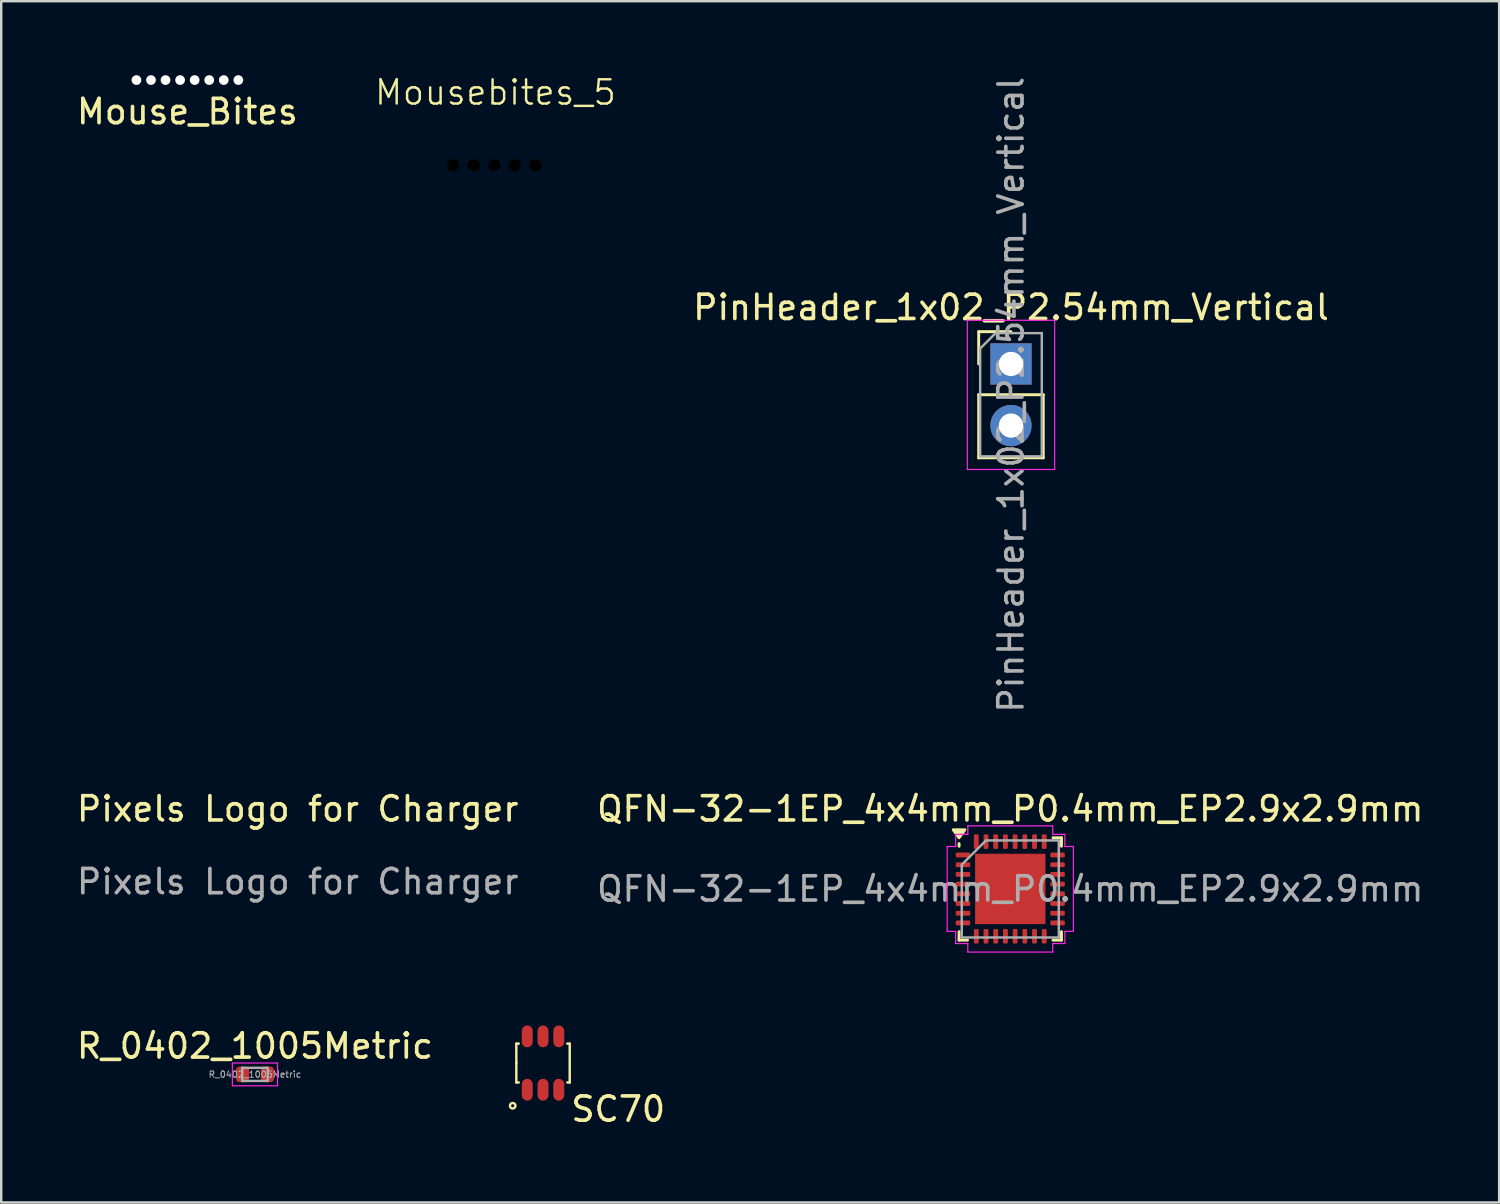
<source format=kicad_pcb>
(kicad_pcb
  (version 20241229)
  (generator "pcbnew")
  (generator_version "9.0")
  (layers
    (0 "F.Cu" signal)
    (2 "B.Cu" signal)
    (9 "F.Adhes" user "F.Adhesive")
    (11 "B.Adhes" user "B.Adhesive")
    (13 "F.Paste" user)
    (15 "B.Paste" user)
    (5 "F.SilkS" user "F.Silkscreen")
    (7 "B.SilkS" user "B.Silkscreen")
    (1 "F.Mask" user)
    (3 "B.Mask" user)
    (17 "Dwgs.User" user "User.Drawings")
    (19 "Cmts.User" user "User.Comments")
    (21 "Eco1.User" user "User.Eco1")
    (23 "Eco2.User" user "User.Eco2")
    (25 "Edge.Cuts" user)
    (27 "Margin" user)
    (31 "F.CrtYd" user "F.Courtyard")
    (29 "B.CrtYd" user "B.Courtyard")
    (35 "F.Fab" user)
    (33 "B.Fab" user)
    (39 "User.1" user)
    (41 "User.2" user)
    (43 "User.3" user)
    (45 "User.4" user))
  (footprint "QFN-32-1EP_4x4mm_P0.4mm_EP2.9x2.9mm"
    (layer "F.Cu")
    (at 38.589 33.589)
    (property "Reference" "QFN-32-1EP_4x4mm_P0.4mm_EP2.9x2.9mm" (at 0 -3.3 0) (layer "F.SilkS") (effects (font (size 1 1) (thickness 0.15))))
    (attr smd)
    (fp_line (start -2.11 -1.76) (end -2.11 -1.87) (stroke (width 0.12) (type solid)) (layer "F.SilkS"))
    (fp_line (start -2.11 2.11) (end -2.11 1.76) (stroke (width 0.12) (type solid)) (layer "F.SilkS"))
    (fp_line (start -1.76 2.11) (end -2.11 2.11) (stroke (width 0.12) (type solid)) (layer "F.SilkS"))
    (fp_line (start 1.76 -2.11) (end 2.11 -2.11) (stroke (width 0.12) (type solid)) (layer "F.SilkS"))
    (fp_line (start 1.76 2.11) (end 2.11 2.11) (stroke (width 0.12) (type solid)) (layer "F.SilkS"))
    (fp_line (start 2.11 -2.11) (end 2.11 -1.76) (stroke (width 0.12) (type solid)) (layer "F.SilkS"))
    (fp_line (start 2.11 2.11) (end 2.11 1.76) (stroke (width 0.12) (type solid)) (layer "F.SilkS"))
    (fp_poly (pts (xy -2.11 -2.11) (xy -2.35 -2.44) (xy -1.87 -2.44)) (stroke (width 0.12) (type solid)) (fill yes) (layer "F.SilkS"))
    (fp_line (start -2.6 -1.75) (end -2.25 -1.75) (stroke (width 0.05) (type solid)) (layer "F.CrtYd"))
    (fp_line (start -2.6 1.75) (end -2.6 -1.75) (stroke (width 0.05) (type solid)) (layer "F.CrtYd"))
    (fp_line (start -2.25 -2.25) (end -1.75 -2.25) (stroke (width 0.05) (type solid)) (layer "F.CrtYd"))
    (fp_line (start -2.25 -1.75) (end -2.25 -2.25) (stroke (width 0.05) (type solid)) (layer "F.CrtYd"))
    (fp_line (start -2.25 1.75) (end -2.6 1.75) (stroke (width 0.05) (type solid)) (layer "F.CrtYd"))
    (fp_line (start -2.25 2.25) (end -2.25 1.75) (stroke (width 0.05) (type solid)) (layer "F.CrtYd"))
    (fp_line (start -1.75 -2.6) (end 1.75 -2.6) (stroke (width 0.05) (type solid)) (layer "F.CrtYd"))
    (fp_line (start -1.75 -2.25) (end -1.75 -2.6) (stroke (width 0.05) (type solid)) (layer "F.CrtYd"))
    (fp_line (start -1.75 2.25) (end -2.25 2.25) (stroke (width 0.05) (type solid)) (layer "F.CrtYd"))
    (fp_line (start -1.75 2.6) (end -1.75 2.25) (stroke (width 0.05) (type solid)) (layer "F.CrtYd"))
    (fp_line (start 1.75 -2.6) (end 1.75 -2.25) (stroke (width 0.05) (type solid)) (layer "F.CrtYd"))
    (fp_line (start 1.75 -2.25) (end 2.25 -2.25) (stroke (width 0.05) (type solid)) (layer "F.CrtYd"))
    (fp_line (start 1.75 2.25) (end 1.75 2.6) (stroke (width 0.05) (type solid)) (layer "F.CrtYd"))
    (fp_line (start 1.75 2.6) (end -1.75 2.6) (stroke (width 0.05) (type solid)) (layer "F.CrtYd"))
    (fp_line (start 2.25 -2.25) (end 2.25 -1.75) (stroke (width 0.05) (type solid)) (layer "F.CrtYd"))
    (fp_line (start 2.25 -1.75) (end 2.6 -1.75) (stroke (width 0.05) (type solid)) (layer "F.CrtYd"))
    (fp_line (start 2.25 1.75) (end 2.25 2.25) (stroke (width 0.05) (type solid)) (layer "F.CrtYd"))
    (fp_line (start 2.25 2.25) (end 1.75 2.25) (stroke (width 0.05) (type solid)) (layer "F.CrtYd"))
    (fp_line (start 2.6 -1.75) (end 2.6 1.75) (stroke (width 0.05) (type solid)) (layer "F.CrtYd"))
    (fp_line (start 2.6 1.75) (end 2.25 1.75) (stroke (width 0.05) (type solid)) (layer "F.CrtYd"))
    (fp_poly (pts (xy -2 -1) (xy -2 2) (xy 2 2) (xy 2 -2) (xy -1 -2)) (stroke (width 0.1) (type solid)) (fill no) (layer "F.Fab"))
    (fp_text user "${REFERENCE}" (at 0 0 0) (layer "F.Fab") (effects (font (size 1 1) (thickness 0.15))))
    (pad "" smd roundrect (at -0.725 -0.725) (size 1.17 1.17) (layers "F.Paste") (roundrect_rratio 0.214))
    (pad "" smd roundrect (at -0.725 0.725) (size 1.17 1.17) (layers "F.Paste") (roundrect_rratio 0.214))
    (pad "" smd roundrect (at 0.725 -0.725) (size 1.17 1.17) (layers "F.Paste") (roundrect_rratio 0.214))
    (pad "" smd roundrect (at 0.725 0.725) (size 1.17 1.17) (layers "F.Paste") (roundrect_rratio 0.214))
    (pad "1" smd roundrect (at -1.95 -1.4) (size 0.6 0.2) (layers "F.Cu" "F.Mask" "F.Paste") (roundrect_rratio 0.25))
    (pad "2" smd roundrect (at -1.95 -1) (size 0.6 0.2) (layers "F.Cu" "F.Mask" "F.Paste") (roundrect_rratio 0.25))
    (pad "3" smd roundrect (at -1.95 -0.6) (size 0.6 0.2) (layers "F.Cu" "F.Mask" "F.Paste") (roundrect_rratio 0.25))
    (pad "4" smd roundrect (at -1.95 -0.2) (size 0.6 0.2) (layers "F.Cu" "F.Mask" "F.Paste") (roundrect_rratio 0.25))
    (pad "5" smd roundrect (at -1.95 0.2) (size 0.6 0.2) (layers "F.Cu" "F.Mask" "F.Paste") (roundrect_rratio 0.25))
    (pad "6" smd roundrect (at -1.95 0.6) (size 0.6 0.2) (layers "F.Cu" "F.Mask" "F.Paste") (roundrect_rratio 0.25))
    (pad "7" smd roundrect (at -1.95 1) (size 0.6 0.2) (layers "F.Cu" "F.Mask" "F.Paste") (roundrect_rratio 0.25))
    (pad "8" smd roundrect (at -1.95 1.4) (size 0.6 0.2) (layers "F.Cu" "F.Mask" "F.Paste") (roundrect_rratio 0.25))
    (pad "9" smd roundrect (at -1.4 1.95) (size 0.2 0.6) (layers "F.Cu" "F.Mask" "F.Paste") (roundrect_rratio 0.25))
    (pad "10" smd roundrect (at -1 1.95) (size 0.2 0.6) (layers "F.Cu" "F.Mask" "F.Paste") (roundrect_rratio 0.25))
    (pad "11" smd roundrect (at -0.6 1.95) (size 0.2 0.6) (layers "F.Cu" "F.Mask" "F.Paste") (roundrect_rratio 0.25))
    (pad "12" smd roundrect (at -0.2 1.95) (size 0.2 0.6) (layers "F.Cu" "F.Mask" "F.Paste") (roundrect_rratio 0.25))
    (pad "13" smd roundrect (at 0.2 1.95) (size 0.2 0.6) (layers "F.Cu" "F.Mask" "F.Paste") (roundrect_rratio 0.25))
    (pad "14" smd roundrect (at 0.6 1.95) (size 0.2 0.6) (layers "F.Cu" "F.Mask" "F.Paste") (roundrect_rratio 0.25))
    (pad "15" smd roundrect (at 1 1.95) (size 0.2 0.6) (layers "F.Cu" "F.Mask" "F.Paste") (roundrect_rratio 0.25))
    (pad "16" smd roundrect (at 1.4 1.95) (size 0.2 0.6) (layers "F.Cu" "F.Mask" "F.Paste") (roundrect_rratio 0.25))
    (pad "17" smd roundrect (at 1.95 1.4) (size 0.6 0.2) (layers "F.Cu" "F.Mask" "F.Paste") (roundrect_rratio 0.25))
    (pad "18" smd roundrect (at 1.95 1) (size 0.6 0.2) (layers "F.Cu" "F.Mask" "F.Paste") (roundrect_rratio 0.25))
    (pad "19" smd roundrect (at 1.95 0.6) (size 0.6 0.2) (layers "F.Cu" "F.Mask" "F.Paste") (roundrect_rratio 0.25))
    (pad "20" smd roundrect (at 1.95 0.2) (size 0.6 0.2) (layers "F.Cu" "F.Mask" "F.Paste") (roundrect_rratio 0.25))
    (pad "21" smd roundrect (at 1.95 -0.2) (size 0.6 0.2) (layers "F.Cu" "F.Mask" "F.Paste") (roundrect_rratio 0.25))
    (pad "22" smd roundrect (at 1.95 -0.6) (size 0.6 0.2) (layers "F.Cu" "F.Mask" "F.Paste") (roundrect_rratio 0.25))
    (pad "23" smd roundrect (at 1.95 -1) (size 0.6 0.2) (layers "F.Cu" "F.Mask" "F.Paste") (roundrect_rratio 0.25))
    (pad "24" smd roundrect (at 1.95 -1.4) (size 0.6 0.2) (layers "F.Cu" "F.Mask" "F.Paste") (roundrect_rratio 0.25))
    (pad "25" smd roundrect (at 1.4 -1.95) (size 0.2 0.6) (layers "F.Cu" "F.Mask" "F.Paste") (roundrect_rratio 0.25))
    (pad "26" smd roundrect (at 1 -1.95) (size 0.2 0.6) (layers "F.Cu" "F.Mask" "F.Paste") (roundrect_rratio 0.25))
    (pad "27" smd roundrect (at 0.6 -1.95) (size 0.2 0.6) (layers "F.Cu" "F.Mask" "F.Paste") (roundrect_rratio 0.25))
    (pad "28" smd roundrect (at 0.2 -1.95) (size 0.2 0.6) (layers "F.Cu" "F.Mask" "F.Paste") (roundrect_rratio 0.25))
    (pad "29" smd roundrect (at -0.2 -1.95) (size 0.2 0.6) (layers "F.Cu" "F.Mask" "F.Paste") (roundrect_rratio 0.25))
    (pad "30" smd roundrect (at -0.6 -1.95) (size 0.2 0.6) (layers "F.Cu" "F.Mask" "F.Paste") (roundrect_rratio 0.25))
    (pad "31" smd roundrect (at -1 -1.95) (size 0.2 0.6) (layers "F.Cu" "F.Mask" "F.Paste") (roundrect_rratio 0.25))
    (pad "32" smd roundrect (at -1.4 -1.95) (size 0.2 0.6) (layers "F.Cu" "F.Mask" "F.Paste") (roundrect_rratio 0.25))
    (pad "33" smd rect (at 0 0) (size 2.9 2.9) (property pad_prop_heatsink) (layers "F.Cu" "F.Mask")))
  (footprint "Mouse_Bites"
    (layer "F.Cu")
    (at 4.673 0.25)
    (property "Reference" "Mouse_Bites" (at 0 1.3 0) (layer "F.SilkS") (effects (font (size 1 1) (thickness 0.15))))
    (attr through_hole)
    (pad "" np_thru_hole circle (at -2.1 0) (size 0.4 0.4) (drill 0.4) (layers "*.Cu" "*.Mask"))
    (pad "" np_thru_hole circle (at -1.5 0) (size 0.4 0.4) (drill 0.4) (layers "*.Cu" "*.Mask"))
    (pad "" np_thru_hole circle (at -0.9 0) (size 0.4 0.4) (drill 0.4) (layers "*.Cu" "*.Mask"))
    (pad "" np_thru_hole circle (at -0.3 0) (size 0.4 0.4) (drill 0.4) (layers "*.Cu" "*.Mask"))
    (pad "" np_thru_hole circle (at 0.3 0) (size 0.4 0.4) (drill 0.4) (layers "*.Cu" "*.Mask"))
    (pad "" np_thru_hole circle (at 0.9 0) (size 0.4 0.4) (drill 0.4) (layers "*.Cu" "*.Mask"))
    (pad "" np_thru_hole circle (at 1.5 0) (size 0.4 0.4) (drill 0.4) (layers "*.Cu" "*.Mask"))
    (pad "" np_thru_hole circle (at 2.1 0) (size 0.4 0.4) (drill 0.4) (layers "*.Cu" "*.Mask")))
  (footprint "R_0402_1005Metric"
    (layer "F.Cu")
    (at 7.458 41.232)
    (property "Reference" "R_0402_1005Metric" (at 0 -1.17 0) (layer "F.SilkS") (effects (font (size 1 1) (thickness 0.15))))
    (attr smd)
    (fp_line (start -0.93 -0.47) (end 0.93 -0.47) (stroke (width 0.05) (type solid)) (layer "F.CrtYd"))
    (fp_line (start -0.93 0.47) (end -0.93 -0.47) (stroke (width 0.05) (type solid)) (layer "F.CrtYd"))
    (fp_line (start 0.93 -0.47) (end 0.93 0.47) (stroke (width 0.05) (type solid)) (layer "F.CrtYd"))
    (fp_line (start 0.93 0.47) (end -0.93 0.47) (stroke (width 0.05) (type solid)) (layer "F.CrtYd"))
    (fp_line (start -0.525 -0.27) (end 0.525 -0.27) (stroke (width 0.1) (type solid)) (layer "F.Fab"))
    (fp_line (start -0.525 0.27) (end -0.525 -0.27) (stroke (width 0.1) (type solid)) (layer "F.Fab"))
    (fp_line (start 0.525 -0.27) (end 0.525 0.27) (stroke (width 0.1) (type solid)) (layer "F.Fab"))
    (fp_line (start 0.525 0.27) (end -0.525 0.27) (stroke (width 0.1) (type solid)) (layer "F.Fab"))
    (fp_text user "${REFERENCE}" (at 0 0 0) (layer "F.Fab") (effects (font (size 0.26 0.26) (thickness 0.04))))
    (pad "1" smd roundrect (at -0.51 0) (size 0.54 0.64) (layers "F.Cu" "F.Mask" "F.Paste") (roundrect_rratio 0.25))
    (pad "2" smd roundrect (at 0.51 0) (size 0.54 0.64) (layers "F.Cu" "F.Mask" "F.Paste") (roundrect_rratio 0.25)))
  (footprint "SC70"
    (layer "F.Cu")
    (at 19.331 40.764)
    (property "Reference" "SC70" (at 3.1 1.9 0) (layer "F.SilkS") (effects (font (size 1 1) (thickness 0.15))))
    (attr smd)
    (fp_line (start -1.1 -0.8) (end -1 -0.8) (stroke (width 0.1) (type solid)) (layer "F.SilkS"))
    (fp_line (start -1.1 0) (end -1.1 -0.8) (stroke (width 0.1) (type solid)) (layer "F.SilkS"))
    (fp_line (start -1.1 0) (end -1.1 0.8) (stroke (width 0.1) (type solid)) (layer "F.SilkS"))
    (fp_line (start -1.1 0.8) (end -1 0.8) (stroke (width 0.1) (type solid)) (layer "F.SilkS"))
    (fp_line (start 1 -0.8) (end 1.1 -0.8) (stroke (width 0.1) (type solid)) (layer "F.SilkS"))
    (fp_line (start 1.1 -0.8) (end 1.1 0.8) (stroke (width 0.1) (type solid)) (layer "F.SilkS"))
    (fp_line (start 1.1 0.8) (end 1 0.8) (stroke (width 0.1) (type solid)) (layer "F.SilkS"))
    (fp_circle (center -1.25 1.76) (end -1.136 1.76) (stroke (width 0.1) (type solid)) (fill no) (layer "F.SilkS"))
    (pad "1" smd oval (at -0.65 1.1) (size 0.45 0.9) (layers "F.Cu" "F.Mask" "F.Paste"))
    (pad "2" smd oval (at 0 1.1) (size 0.45 0.9) (layers "F.Cu" "F.Mask" "F.Paste"))
    (pad "3" smd oval (at 0.65 1.1) (size 0.45 0.9) (layers "F.Cu" "F.Mask" "F.Paste"))
    (pad "4" smd oval (at 0.65 -1.1) (size 0.45 0.9) (layers "F.Cu" "F.Mask" "F.Paste"))
    (pad "5" smd oval (at 0 -1.1) (size 0.45 0.9) (layers "F.Cu" "F.Mask" "F.Paste"))
    (pad "6" smd oval (at -0.65 -1.1) (size 0.45 0.9) (layers "F.Cu" "F.Mask" "F.Paste")))
  (footprint "Mousebites_5"
    (layer "F.Cu")
    (at 17.321 3.76)
    (property "Reference" "Mousebites_5" (at 0.05 -3 0) (unlocked yes) (layer "F.SilkS") (effects (font (size 1 1) (thickness 0.1))))
    (attr smd)
    (pad "" np_thru_hole circle (at -1.7 0) (size 0.5 0.5) (drill 0.5) (layers "*.Mask"))
    (pad "" np_thru_hole circle (at -0.85 0) (size 0.5 0.5) (drill 0.5) (layers "*.Mask"))
    (pad "" np_thru_hole circle (at 0 0) (size 0.5 0.5) (drill 0.5) (layers "*.Mask"))
    (pad "" np_thru_hole circle (at 0.85 0) (size 0.5 0.5) (drill 0.5) (layers "*.Mask"))
    (pad "" np_thru_hole circle (at 1.7 0) (size 0.5 0.5) (drill 0.5) (layers "*.Mask")))
  (footprint "Pixels Logo for Charger"
    (layer "F.Cu")
    (at 9.22 30.789)
    (property "Reference" "Pixels Logo for Charger" (at 0 -0.5 0) (unlocked yes) (layer "F.SilkS") (effects (font (size 1 1) (thickness 0.15))))
    (attr smd)
    (fp_text user "${REFERENCE}" (at 0 2.5 0) (unlocked yes) (layer "F.Fab") (effects (font (size 1 1) (thickness 0.15)))))
  (footprint "PinHeader_1x02_P2.54mm_Vertical"
    (layer "F.Cu")
    (at 38.618 11.95)
    (property "Reference" "PinHeader_1x02_P2.54mm_Vertical" (at 0 -2.33 0) (layer "F.SilkS") (effects (font (size 1 1) (thickness 0.15))))
    (attr through_hole)
    (fp_line (start -1.33 -1.33) (end 0 -1.33) (stroke (width 0.12) (type solid)) (layer "F.SilkS"))
    (fp_line (start -1.33 0) (end -1.33 -1.33) (stroke (width 0.12) (type solid)) (layer "F.SilkS"))
    (fp_line (start -1.33 1.27) (end -1.33 3.87) (stroke (width 0.12) (type solid)) (layer "F.SilkS"))
    (fp_line (start -1.33 1.27) (end 1.33 1.27) (stroke (width 0.12) (type solid)) (layer "F.SilkS"))
    (fp_line (start -1.33 3.87) (end 1.33 3.87) (stroke (width 0.12) (type solid)) (layer "F.SilkS"))
    (fp_line (start 1.33 1.27) (end 1.33 3.87) (stroke (width 0.12) (type solid)) (layer "F.SilkS"))
    (fp_line (start -1.8 -1.8) (end -1.8 4.35) (stroke (width 0.05) (type solid)) (layer "F.CrtYd"))
    (fp_line (start -1.8 4.35) (end 1.8 4.35) (stroke (width 0.05) (type solid)) (layer "F.CrtYd"))
    (fp_line (start 1.8 -1.8) (end -1.8 -1.8) (stroke (width 0.05) (type solid)) (layer "F.CrtYd"))
    (fp_line (start 1.8 4.35) (end 1.8 -1.8) (stroke (width 0.05) (type solid)) (layer "F.CrtYd"))
    (fp_line (start -1.27 -0.635) (end -0.635 -1.27) (stroke (width 0.1) (type solid)) (layer "F.Fab"))
    (fp_line (start -1.27 3.81) (end -1.27 -0.635) (stroke (width 0.1) (type solid)) (layer "F.Fab"))
    (fp_line (start -0.635 -1.27) (end 1.27 -1.27) (stroke (width 0.1) (type solid)) (layer "F.Fab"))
    (fp_line (start 1.27 -1.27) (end 1.27 3.81) (stroke (width 0.1) (type solid)) (layer "F.Fab"))
    (fp_line (start 1.27 3.81) (end -1.27 3.81) (stroke (width 0.1) (type solid)) (layer "F.Fab"))
    (fp_text user "${REFERENCE}" (at 0 1.27 90) (layer "F.Fab") (effects (font (size 1 1) (thickness 0.15))))
    (pad "1" thru_hole rect (at 0 0) (size 1.7 1.7) (drill 1) (layers "*.Cu" "*.Mask"))
    (pad "2" thru_hole circle (at 0 2.54) (size 1.7 1.7) (drill 1) (layers "*.Cu" "*.Mask")))
  (gr_rect
    (start -3 -3)
    (end 58.738 46.512)
    (stroke (width 0.1) (type default))
    (fill no)
    (layer "Edge.Cuts")))
</source>
